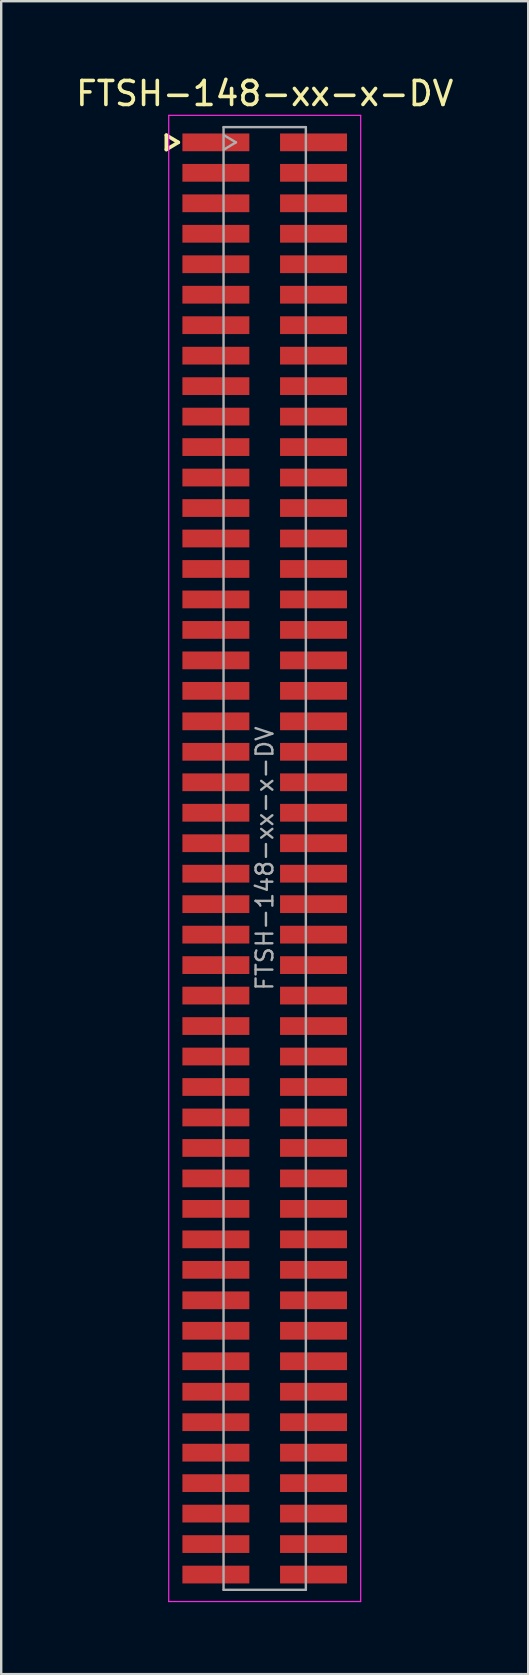
<source format=kicad_pcb>
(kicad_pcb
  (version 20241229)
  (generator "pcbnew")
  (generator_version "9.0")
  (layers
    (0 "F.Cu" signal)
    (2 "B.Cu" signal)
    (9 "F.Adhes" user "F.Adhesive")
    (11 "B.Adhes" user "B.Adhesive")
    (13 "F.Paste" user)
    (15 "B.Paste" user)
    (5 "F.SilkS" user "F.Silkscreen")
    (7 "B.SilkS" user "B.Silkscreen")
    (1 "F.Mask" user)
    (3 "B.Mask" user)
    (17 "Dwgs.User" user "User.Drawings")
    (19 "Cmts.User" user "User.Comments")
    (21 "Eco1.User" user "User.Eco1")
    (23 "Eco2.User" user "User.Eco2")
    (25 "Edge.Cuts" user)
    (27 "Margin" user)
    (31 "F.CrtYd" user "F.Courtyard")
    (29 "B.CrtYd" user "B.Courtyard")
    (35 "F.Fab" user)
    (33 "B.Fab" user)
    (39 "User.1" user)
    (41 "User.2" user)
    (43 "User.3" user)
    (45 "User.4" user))
  (footprint "FTSH-148-xx-x-DV"
    (layer "F.Cu")
    (at 7.982 32.728)
    (property "Reference" "FTSH-148-xx-x-DV" (at 0 -31.88 0) (layer "F.SilkS") (effects (font (size 1 1) (thickness 0.15))))
    (attr smd)
    (fp_line (start -4.1 -30.145) (end -4.1 -29.545) (stroke (width 0.15) (type solid)) (layer "F.SilkS"))
    (fp_line (start -4.1 -29.545) (end -3.6 -29.845) (stroke (width 0.15) (type solid)) (layer "F.SilkS"))
    (fp_line (start -3.6 -29.845) (end -4.1 -30.145) (stroke (width 0.15) (type solid)) (layer "F.SilkS"))
    (fp_line (start -4 -30.97) (end 4 -30.97) (stroke (width 0.05) (type solid)) (layer "F.CrtYd"))
    (fp_line (start -4 30.97) (end -4 -30.97) (stroke (width 0.05) (type solid)) (layer "F.CrtYd"))
    (fp_line (start 4 -30.97) (end 4 30.97) (stroke (width 0.05) (type solid)) (layer "F.CrtYd"))
    (fp_line (start 4 30.97) (end -4 30.97) (stroke (width 0.05) (type solid)) (layer "F.CrtYd"))
    (fp_line (start -1.715 -30.48) (end -1.715 30.48) (stroke (width 0.1) (type solid)) (layer "F.Fab"))
    (fp_line (start -1.715 -30.48) (end 1.715 -30.48) (stroke (width 0.1) (type solid)) (layer "F.Fab"))
    (fp_line (start -1.715 30.48) (end 1.715 30.48) (stroke (width 0.1) (type solid)) (layer "F.Fab"))
    (fp_line (start -1.7 -29.545) (end -1.2 -29.845) (stroke (width 0.1) (type solid)) (layer "F.Fab"))
    (fp_line (start -1.2 -29.845) (end -1.7 -30.145) (stroke (width 0.1) (type solid)) (layer "F.Fab"))
    (fp_line (start 1.715 -30.48) (end 1.715 30.48) (stroke (width 0.1) (type solid)) (layer "F.Fab"))
    (fp_text user "${REFERENCE}" (at 0 0 270) (layer "F.Fab") (effects (font (size 0.7 0.7) (thickness 0.1))))
    (pad "1" smd rect (at -2.035 -29.845) (size 2.79 0.74) (layers "F.Cu" "F.Mask" "F.Paste"))
    (pad "2" smd rect (at 2.035 -29.845) (size 2.79 0.74) (layers "F.Cu" "F.Mask" "F.Paste"))
    (pad "3" smd rect (at -2.035 -28.575) (size 2.79 0.74) (layers "F.Cu" "F.Mask" "F.Paste"))
    (pad "4" smd rect (at 2.035 -28.575) (size 2.79 0.74) (layers "F.Cu" "F.Mask" "F.Paste"))
    (pad "5" smd rect (at -2.035 -27.305) (size 2.79 0.74) (layers "F.Cu" "F.Mask" "F.Paste"))
    (pad "6" smd rect (at 2.035 -27.305) (size 2.79 0.74) (layers "F.Cu" "F.Mask" "F.Paste"))
    (pad "7" smd rect (at -2.035 -26.035) (size 2.79 0.74) (layers "F.Cu" "F.Mask" "F.Paste"))
    (pad "8" smd rect (at 2.035 -26.035) (size 2.79 0.74) (layers "F.Cu" "F.Mask" "F.Paste"))
    (pad "9" smd rect (at -2.035 -24.765) (size 2.79 0.74) (layers "F.Cu" "F.Mask" "F.Paste"))
    (pad "10" smd rect (at 2.035 -24.765) (size 2.79 0.74) (layers "F.Cu" "F.Mask" "F.Paste"))
    (pad "11" smd rect (at -2.035 -23.495) (size 2.79 0.74) (layers "F.Cu" "F.Mask" "F.Paste"))
    (pad "12" smd rect (at 2.035 -23.495) (size 2.79 0.74) (layers "F.Cu" "F.Mask" "F.Paste"))
    (pad "13" smd rect (at -2.035 -22.225) (size 2.79 0.74) (layers "F.Cu" "F.Mask" "F.Paste"))
    (pad "14" smd rect (at 2.035 -22.225) (size 2.79 0.74) (layers "F.Cu" "F.Mask" "F.Paste"))
    (pad "15" smd rect (at -2.035 -20.955) (size 2.79 0.74) (layers "F.Cu" "F.Mask" "F.Paste"))
    (pad "16" smd rect (at 2.035 -20.955) (size 2.79 0.74) (layers "F.Cu" "F.Mask" "F.Paste"))
    (pad "17" smd rect (at -2.035 -19.685) (size 2.79 0.74) (layers "F.Cu" "F.Mask" "F.Paste"))
    (pad "18" smd rect (at 2.035 -19.685) (size 2.79 0.74) (layers "F.Cu" "F.Mask" "F.Paste"))
    (pad "19" smd rect (at -2.035 -18.415) (size 2.79 0.74) (layers "F.Cu" "F.Mask" "F.Paste"))
    (pad "20" smd rect (at 2.035 -18.415) (size 2.79 0.74) (layers "F.Cu" "F.Mask" "F.Paste"))
    (pad "21" smd rect (at -2.035 -17.145) (size 2.79 0.74) (layers "F.Cu" "F.Mask" "F.Paste"))
    (pad "22" smd rect (at 2.035 -17.145) (size 2.79 0.74) (layers "F.Cu" "F.Mask" "F.Paste"))
    (pad "23" smd rect (at -2.035 -15.875) (size 2.79 0.74) (layers "F.Cu" "F.Mask" "F.Paste"))
    (pad "24" smd rect (at 2.035 -15.875) (size 2.79 0.74) (layers "F.Cu" "F.Mask" "F.Paste"))
    (pad "25" smd rect (at -2.035 -14.605) (size 2.79 0.74) (layers "F.Cu" "F.Mask" "F.Paste"))
    (pad "26" smd rect (at 2.035 -14.605) (size 2.79 0.74) (layers "F.Cu" "F.Mask" "F.Paste"))
    (pad "27" smd rect (at -2.035 -13.335) (size 2.79 0.74) (layers "F.Cu" "F.Mask" "F.Paste"))
    (pad "28" smd rect (at 2.035 -13.335) (size 2.79 0.74) (layers "F.Cu" "F.Mask" "F.Paste"))
    (pad "29" smd rect (at -2.035 -12.065) (size 2.79 0.74) (layers "F.Cu" "F.Mask" "F.Paste"))
    (pad "30" smd rect (at 2.035 -12.065) (size 2.79 0.74) (layers "F.Cu" "F.Mask" "F.Paste"))
    (pad "31" smd rect (at -2.035 -10.795) (size 2.79 0.74) (layers "F.Cu" "F.Mask" "F.Paste"))
    (pad "32" smd rect (at 2.035 -10.795) (size 2.79 0.74) (layers "F.Cu" "F.Mask" "F.Paste"))
    (pad "33" smd rect (at -2.035 -9.525) (size 2.79 0.74) (layers "F.Cu" "F.Mask" "F.Paste"))
    (pad "34" smd rect (at 2.035 -9.525) (size 2.79 0.74) (layers "F.Cu" "F.Mask" "F.Paste"))
    (pad "35" smd rect (at -2.035 -8.255) (size 2.79 0.74) (layers "F.Cu" "F.Mask" "F.Paste"))
    (pad "36" smd rect (at 2.035 -8.255) (size 2.79 0.74) (layers "F.Cu" "F.Mask" "F.Paste"))
    (pad "37" smd rect (at -2.035 -6.985) (size 2.79 0.74) (layers "F.Cu" "F.Mask" "F.Paste"))
    (pad "38" smd rect (at 2.035 -6.985) (size 2.79 0.74) (layers "F.Cu" "F.Mask" "F.Paste"))
    (pad "39" smd rect (at -2.035 -5.715) (size 2.79 0.74) (layers "F.Cu" "F.Mask" "F.Paste"))
    (pad "40" smd rect (at 2.035 -5.715) (size 2.79 0.74) (layers "F.Cu" "F.Mask" "F.Paste"))
    (pad "41" smd rect (at -2.035 -4.445) (size 2.79 0.74) (layers "F.Cu" "F.Mask" "F.Paste"))
    (pad "42" smd rect (at 2.035 -4.445) (size 2.79 0.74) (layers "F.Cu" "F.Mask" "F.Paste"))
    (pad "43" smd rect (at -2.035 -3.175) (size 2.79 0.74) (layers "F.Cu" "F.Mask" "F.Paste"))
    (pad "44" smd rect (at 2.035 -3.175) (size 2.79 0.74) (layers "F.Cu" "F.Mask" "F.Paste"))
    (pad "45" smd rect (at -2.035 -1.905) (size 2.79 0.74) (layers "F.Cu" "F.Mask" "F.Paste"))
    (pad "46" smd rect (at 2.035 -1.905) (size 2.79 0.74) (layers "F.Cu" "F.Mask" "F.Paste"))
    (pad "47" smd rect (at -2.035 -0.635) (size 2.79 0.74) (layers "F.Cu" "F.Mask" "F.Paste"))
    (pad "48" smd rect (at 2.035 -0.635) (size 2.79 0.74) (layers "F.Cu" "F.Mask" "F.Paste"))
    (pad "49" smd rect (at -2.035 0.635) (size 2.79 0.74) (layers "F.Cu" "F.Mask" "F.Paste"))
    (pad "50" smd rect (at 2.035 0.635) (size 2.79 0.74) (layers "F.Cu" "F.Mask" "F.Paste"))
    (pad "51" smd rect (at -2.035 1.905) (size 2.79 0.74) (layers "F.Cu" "F.Mask" "F.Paste"))
    (pad "52" smd rect (at 2.035 1.905) (size 2.79 0.74) (layers "F.Cu" "F.Mask" "F.Paste"))
    (pad "53" smd rect (at -2.035 3.175) (size 2.79 0.74) (layers "F.Cu" "F.Mask" "F.Paste"))
    (pad "54" smd rect (at 2.035 3.175) (size 2.79 0.74) (layers "F.Cu" "F.Mask" "F.Paste"))
    (pad "55" smd rect (at -2.035 4.445) (size 2.79 0.74) (layers "F.Cu" "F.Mask" "F.Paste"))
    (pad "56" smd rect (at 2.035 4.445) (size 2.79 0.74) (layers "F.Cu" "F.Mask" "F.Paste"))
    (pad "57" smd rect (at -2.035 5.715) (size 2.79 0.74) (layers "F.Cu" "F.Mask" "F.Paste"))
    (pad "58" smd rect (at 2.035 5.715) (size 2.79 0.74) (layers "F.Cu" "F.Mask" "F.Paste"))
    (pad "59" smd rect (at -2.035 6.985) (size 2.79 0.74) (layers "F.Cu" "F.Mask" "F.Paste"))
    (pad "60" smd rect (at 2.035 6.985) (size 2.79 0.74) (layers "F.Cu" "F.Mask" "F.Paste"))
    (pad "61" smd rect (at -2.035 8.255) (size 2.79 0.74) (layers "F.Cu" "F.Mask" "F.Paste"))
    (pad "62" smd rect (at 2.035 8.255) (size 2.79 0.74) (layers "F.Cu" "F.Mask" "F.Paste"))
    (pad "63" smd rect (at -2.035 9.525) (size 2.79 0.74) (layers "F.Cu" "F.Mask" "F.Paste"))
    (pad "64" smd rect (at 2.035 9.525) (size 2.79 0.74) (layers "F.Cu" "F.Mask" "F.Paste"))
    (pad "65" smd rect (at -2.035 10.795) (size 2.79 0.74) (layers "F.Cu" "F.Mask" "F.Paste"))
    (pad "66" smd rect (at 2.035 10.795) (size 2.79 0.74) (layers "F.Cu" "F.Mask" "F.Paste"))
    (pad "67" smd rect (at -2.035 12.065) (size 2.79 0.74) (layers "F.Cu" "F.Mask" "F.Paste"))
    (pad "68" smd rect (at 2.035 12.065) (size 2.79 0.74) (layers "F.Cu" "F.Mask" "F.Paste"))
    (pad "69" smd rect (at -2.035 13.335) (size 2.79 0.74) (layers "F.Cu" "F.Mask" "F.Paste"))
    (pad "70" smd rect (at 2.035 13.335) (size 2.79 0.74) (layers "F.Cu" "F.Mask" "F.Paste"))
    (pad "71" smd rect (at -2.035 14.605) (size 2.79 0.74) (layers "F.Cu" "F.Mask" "F.Paste"))
    (pad "72" smd rect (at 2.035 14.605) (size 2.79 0.74) (layers "F.Cu" "F.Mask" "F.Paste"))
    (pad "73" smd rect (at -2.035 15.875) (size 2.79 0.74) (layers "F.Cu" "F.Mask" "F.Paste"))
    (pad "74" smd rect (at 2.035 15.875) (size 2.79 0.74) (layers "F.Cu" "F.Mask" "F.Paste"))
    (pad "75" smd rect (at -2.035 17.145) (size 2.79 0.74) (layers "F.Cu" "F.Mask" "F.Paste"))
    (pad "76" smd rect (at 2.035 17.145) (size 2.79 0.74) (layers "F.Cu" "F.Mask" "F.Paste"))
    (pad "77" smd rect (at -2.035 18.415) (size 2.79 0.74) (layers "F.Cu" "F.Mask" "F.Paste"))
    (pad "78" smd rect (at 2.035 18.415) (size 2.79 0.74) (layers "F.Cu" "F.Mask" "F.Paste"))
    (pad "79" smd rect (at -2.035 19.685) (size 2.79 0.74) (layers "F.Cu" "F.Mask" "F.Paste"))
    (pad "80" smd rect (at 2.035 19.685) (size 2.79 0.74) (layers "F.Cu" "F.Mask" "F.Paste"))
    (pad "81" smd rect (at -2.035 20.955) (size 2.79 0.74) (layers "F.Cu" "F.Mask" "F.Paste"))
    (pad "82" smd rect (at 2.035 20.955) (size 2.79 0.74) (layers "F.Cu" "F.Mask" "F.Paste"))
    (pad "83" smd rect (at -2.035 22.225) (size 2.79 0.74) (layers "F.Cu" "F.Mask" "F.Paste"))
    (pad "84" smd rect (at 2.035 22.225) (size 2.79 0.74) (layers "F.Cu" "F.Mask" "F.Paste"))
    (pad "85" smd rect (at -2.035 23.495) (size 2.79 0.74) (layers "F.Cu" "F.Mask" "F.Paste"))
    (pad "86" smd rect (at 2.035 23.495) (size 2.79 0.74) (layers "F.Cu" "F.Mask" "F.Paste"))
    (pad "87" smd rect (at -2.035 24.765) (size 2.79 0.74) (layers "F.Cu" "F.Mask" "F.Paste"))
    (pad "88" smd rect (at 2.035 24.765) (size 2.79 0.74) (layers "F.Cu" "F.Mask" "F.Paste"))
    (pad "89" smd rect (at -2.035 26.035) (size 2.79 0.74) (layers "F.Cu" "F.Mask" "F.Paste"))
    (pad "90" smd rect (at 2.035 26.035) (size 2.79 0.74) (layers "F.Cu" "F.Mask" "F.Paste"))
    (pad "91" smd rect (at -2.035 27.305) (size 2.79 0.74) (layers "F.Cu" "F.Mask" "F.Paste"))
    (pad "92" smd rect (at 2.035 27.305) (size 2.79 0.74) (layers "F.Cu" "F.Mask" "F.Paste"))
    (pad "93" smd rect (at -2.035 28.575) (size 2.79 0.74) (layers "F.Cu" "F.Mask" "F.Paste"))
    (pad "94" smd rect (at 2.035 28.575) (size 2.79 0.74) (layers "F.Cu" "F.Mask" "F.Paste"))
    (pad "95" smd rect (at -2.035 29.845) (size 2.79 0.74) (layers "F.Cu" "F.Mask" "F.Paste"))
    (pad "96" smd rect (at 2.035 29.845) (size 2.79 0.74) (layers "F.Cu" "F.Mask" "F.Paste")))
  (gr_rect
    (start -3 -3)
    (end 18.964 66.723)
    (stroke (width 0.1) (type default))
    (fill no)
    (layer "Edge.Cuts")))
</source>
